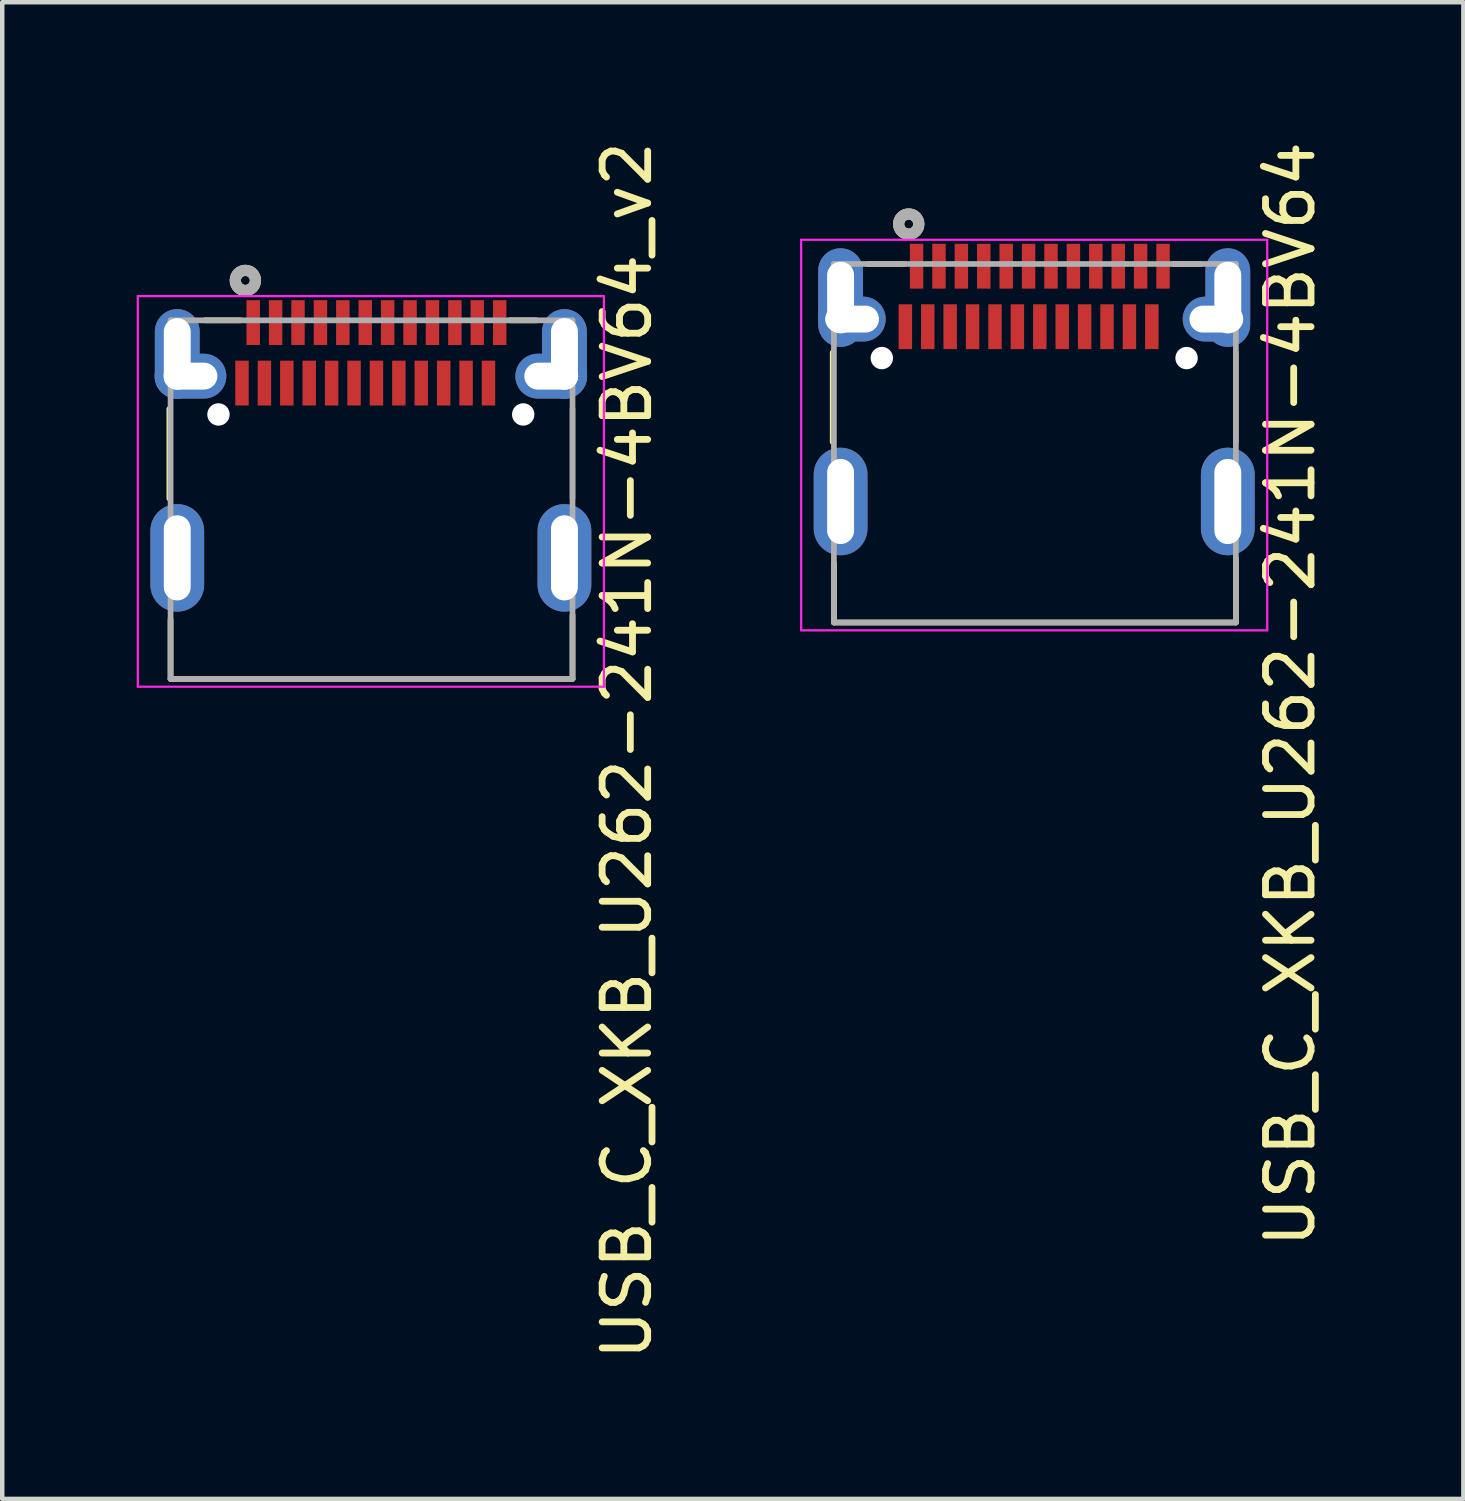
<source format=kicad_pcb>
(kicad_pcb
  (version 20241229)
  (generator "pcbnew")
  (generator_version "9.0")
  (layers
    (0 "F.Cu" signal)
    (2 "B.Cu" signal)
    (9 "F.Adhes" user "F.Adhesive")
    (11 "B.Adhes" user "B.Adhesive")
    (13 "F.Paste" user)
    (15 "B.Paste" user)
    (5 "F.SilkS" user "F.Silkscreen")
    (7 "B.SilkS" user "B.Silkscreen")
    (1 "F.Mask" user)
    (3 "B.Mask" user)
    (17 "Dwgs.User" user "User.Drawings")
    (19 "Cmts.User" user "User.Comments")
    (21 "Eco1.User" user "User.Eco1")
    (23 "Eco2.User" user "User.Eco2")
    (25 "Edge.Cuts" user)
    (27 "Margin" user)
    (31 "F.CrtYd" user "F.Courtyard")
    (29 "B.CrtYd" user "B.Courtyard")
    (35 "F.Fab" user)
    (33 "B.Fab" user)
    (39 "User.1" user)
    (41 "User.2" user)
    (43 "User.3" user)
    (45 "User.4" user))
  (footprint "USB_C_XKB_U262-241N-4BV64_v2"
    (layer "F.Cu")
    (at 5.225 6.773)
    (property "Reference" "USB_C_XKB_U262-241N-4BV64_v2" (at 5.715 6.925 270) (layer "F.SilkS") (effects (font (size 1.016 1.016) (thickness 0.152))))
    (attr through_hole)
    (fp_line (start -4.5 -0.7) (end -4.5 1.3) (stroke (width 0.12) (type solid)) (layer "F.SilkS"))
    (fp_line (start -4.469 4) (end -4.469 5.325) (stroke (width 0.127) (type solid)) (layer "F.SilkS"))
    (fp_line (start -2.9 -2.675) (end -3.7 -2.675) (stroke (width 0.127) (type solid)) (layer "F.SilkS"))
    (fp_line (start 3.7 -2.675) (end 3.1 -2.675) (stroke (width 0.127) (type solid)) (layer "F.SilkS"))
    (fp_line (start 4.5 -0.7) (end 4.5 1.3) (stroke (width 0.12) (type solid)) (layer "F.SilkS"))
    (fp_line (start 4.5 3.9) (end 4.5 5.325) (stroke (width 0.127) (type solid)) (layer "F.SilkS"))
    (fp_line (start 4.5 5.325) (end -4.469 5.325) (stroke (width 0.127) (type solid)) (layer "F.SilkS"))
    (fp_circle (center -2.8 -3.565) (end -2.7 -3.565) (stroke (width 0.25) (type solid)) (fill no) (layer "F.SilkS"))
    (fp_line (start -5.2 -3.215) (end -5.2 5.5) (stroke (width 0.05) (type solid)) (layer "F.CrtYd"))
    (fp_line (start -5.2 5.5) (end 5.2 5.5) (stroke (width 0.05) (type solid)) (layer "F.CrtYd"))
    (fp_line (start 5.2 -3.215) (end -5.2 -3.215) (stroke (width 0.05) (type solid)) (layer "F.CrtYd"))
    (fp_line (start 5.2 5.5) (end 5.2 -3.215) (stroke (width 0.05) (type solid)) (layer "F.CrtYd"))
    (fp_line (start -4.469 -2.675) (end 4.5 -2.675) (stroke (width 0.127) (type solid)) (layer "F.Fab"))
    (fp_line (start -4.469 5.325) (end -4.469 -2.675) (stroke (width 0.127) (type solid)) (layer "F.Fab"))
    (fp_line (start 4.5 -2.675) (end 4.5 5.325) (stroke (width 0.127) (type solid)) (layer "F.Fab"))
    (fp_line (start 4.5 5.325) (end -4.469 5.325) (stroke (width 0.127) (type solid)) (layer "F.Fab"))
    (fp_circle (center -2.8 -3.565) (end -2.7 -3.565) (stroke (width 0.25) (type solid)) (fill no) (layer "F.Fab"))
    (pad "" np_thru_hole circle (at -3.4 -0.575) (size 0.5 0.5) (drill 0.5) (layers "*.Cu" "*.Mask"))
    (pad "" np_thru_hole circle (at 3.4 -0.575) (size 0.5 0.5) (drill 0.5) (layers "*.Cu" "*.Mask"))
    (pad "A1" smd rect (at -2.625 -2.625) (size 0.3 1) (layers "F.Cu" "F.Mask" "F.Paste"))
    (pad "A2" smd rect (at -2.125 -2.625) (size 0.3 1) (layers "F.Cu" "F.Mask" "F.Paste"))
    (pad "A3" smd rect (at -1.625 -2.625) (size 0.3 1) (layers "F.Cu" "F.Mask" "F.Paste"))
    (pad "A4" smd rect (at -1.125 -2.625) (size 0.3 1) (layers "F.Cu" "F.Mask" "F.Paste"))
    (pad "A5" smd rect (at -0.625 -2.625) (size 0.3 1) (layers "F.Cu" "F.Mask" "F.Paste"))
    (pad "A6" smd rect (at -0.125 -2.625) (size 0.3 1) (layers "F.Cu" "F.Mask" "F.Paste"))
    (pad "A7" smd rect (at 0.375 -2.625) (size 0.3 1) (layers "F.Cu" "F.Mask" "F.Paste"))
    (pad "A8" smd rect (at 0.875 -2.625) (size 0.3 1) (layers "F.Cu" "F.Mask" "F.Paste"))
    (pad "A9" smd rect (at 1.375 -2.625) (size 0.3 1) (layers "F.Cu" "F.Mask" "F.Paste"))
    (pad "A10" smd rect (at 1.875 -2.625) (size 0.3 1) (layers "F.Cu" "F.Mask" "F.Paste"))
    (pad "A11" smd rect (at 2.375 -2.625) (size 0.3 1) (layers "F.Cu" "F.Mask" "F.Paste"))
    (pad "A12" smd rect (at 2.875 -2.625) (size 0.3 1) (layers "F.Cu" "F.Mask" "F.Paste"))
    (pad "B1" smd rect (at 2.625 -1.275) (size 0.3 1) (layers "F.Cu" "F.Mask" "F.Paste"))
    (pad "B2" smd rect (at 2.125 -1.275) (size 0.3 1) (layers "F.Cu" "F.Mask" "F.Paste"))
    (pad "B3" smd rect (at 1.625 -1.275) (size 0.3 1) (layers "F.Cu" "F.Mask" "F.Paste"))
    (pad "B4" smd rect (at 1.125 -1.275) (size 0.3 1) (layers "F.Cu" "F.Mask" "F.Paste"))
    (pad "B5" smd rect (at 0.625 -1.275) (size 0.3 1) (layers "F.Cu" "F.Mask" "F.Paste"))
    (pad "B6" smd rect (at 0.125 -1.275) (size 0.3 1) (layers "F.Cu" "F.Mask" "F.Paste"))
    (pad "B7" smd rect (at -0.375 -1.275) (size 0.3 1) (layers "F.Cu" "F.Mask" "F.Paste"))
    (pad "B8" smd rect (at -0.875 -1.275) (size 0.3 1) (layers "F.Cu" "F.Mask" "F.Paste"))
    (pad "B9" smd rect (at -1.375 -1.275) (size 0.3 1) (layers "F.Cu" "F.Mask" "F.Paste"))
    (pad "B10" smd rect (at -1.875 -1.275) (size 0.3 1) (layers "F.Cu" "F.Mask" "F.Paste"))
    (pad "B11" smd rect (at -2.375 -1.275) (size 0.3 1) (layers "F.Cu" "F.Mask" "F.Paste"))
    (pad "B12" smd rect (at -2.875 -1.275) (size 0.3 1) (layers "F.Cu" "F.Mask" "F.Paste"))
    (pad "S1" thru_hole oval (at -4.32 -1.925) (size 1 2) (drill oval 0.6 1.6) (layers "*.Cu" "*.Mask"))
    (pad "S1" thru_hole oval (at -4.32 2.625) (size 1.2 2.4) (drill oval 0.6 1.9) (layers "*.Cu" "*.Mask"))
    (pad "S1" thru_hole oval (at -4.025 -1.43) (size 1.6 1) (drill oval 1.2 0.6) (layers "*.Cu" "*.Mask"))
    (pad "S1" thru_hole oval (at 4.025 -1.43) (size 1.6 1) (drill oval 1.2 0.6) (layers "*.Cu" "*.Mask"))
    (pad "S1" thru_hole oval (at 4.32 -1.925) (size 1 2) (drill oval 0.6 1.6) (layers "*.Cu" "*.Mask"))
    (pad "S1" thru_hole oval (at 4.32 2.625) (size 1.2 2.4) (drill oval 0.6 1.9) (layers "*.Cu" "*.Mask")))
  (footprint "USB_C_XKB_U262-241N-4BV64"
    (layer "F.Cu")
    (at 20.027 5.515)
    (property "Reference" "USB_C_XKB_U262-241N-4BV64" (at 5.715 6.925 90) (layer "F.SilkS") (effects (font (size 1.016 1.016) (thickness 0.152))))
    (attr through_hole)
    (fp_line (start -4.5 -0.7) (end -4.5 1.3) (stroke (width 0.12) (type solid)) (layer "F.SilkS"))
    (fp_line (start -4.469 4) (end -4.469 5.325) (stroke (width 0.127) (type solid)) (layer "F.SilkS"))
    (fp_line (start -2.9 -2.675) (end -3.7 -2.675) (stroke (width 0.127) (type solid)) (layer "F.SilkS"))
    (fp_line (start 3.7 -2.675) (end 3.1 -2.675) (stroke (width 0.127) (type solid)) (layer "F.SilkS"))
    (fp_line (start 4.5 -0.7) (end 4.5 1.3) (stroke (width 0.12) (type solid)) (layer "F.SilkS"))
    (fp_line (start 4.5 3.9) (end 4.5 5.325) (stroke (width 0.127) (type solid)) (layer "F.SilkS"))
    (fp_line (start 4.5 5.325) (end -4.469 5.325) (stroke (width 0.127) (type solid)) (layer "F.SilkS"))
    (fp_circle (center -2.8 -3.565) (end -2.7 -3.565) (stroke (width 0.25) (type solid)) (fill no) (layer "F.SilkS"))
    (fp_line (start -5.2 -3.215) (end -5.2 5.5) (stroke (width 0.05) (type solid)) (layer "F.CrtYd"))
    (fp_line (start -5.2 5.5) (end 5.2 5.5) (stroke (width 0.05) (type solid)) (layer "F.CrtYd"))
    (fp_line (start 5.2 -3.215) (end -5.2 -3.215) (stroke (width 0.05) (type solid)) (layer "F.CrtYd"))
    (fp_line (start 5.2 5.5) (end 5.2 -3.215) (stroke (width 0.05) (type solid)) (layer "F.CrtYd"))
    (fp_line (start -4.469 -2.675) (end 4.5 -2.675) (stroke (width 0.127) (type solid)) (layer "F.Fab"))
    (fp_line (start -4.469 5.325) (end -4.469 -2.675) (stroke (width 0.127) (type solid)) (layer "F.Fab"))
    (fp_line (start 4.5 -2.675) (end 4.5 5.325) (stroke (width 0.127) (type solid)) (layer "F.Fab"))
    (fp_line (start 4.5 5.325) (end -4.469 5.325) (stroke (width 0.127) (type solid)) (layer "F.Fab"))
    (fp_circle (center -2.8 -3.565) (end -2.7 -3.565) (stroke (width 0.25) (type solid)) (fill no) (layer "F.Fab"))
    (pad "" np_thru_hole circle (at -3.4 -0.575) (size 0.5 0.5) (drill 0.5) (layers "*.Cu" "*.Mask"))
    (pad "" np_thru_hole circle (at 3.4 -0.575) (size 0.5 0.5) (drill 0.5) (layers "*.Cu" "*.Mask"))
    (pad "A1" smd rect (at -2.625 -2.625) (size 0.3 1) (layers "F.Cu" "F.Mask" "F.Paste"))
    (pad "A2" smd rect (at -2.125 -2.625) (size 0.3 1) (layers "F.Cu" "F.Mask" "F.Paste"))
    (pad "A3" smd rect (at -1.625 -2.625) (size 0.3 1) (layers "F.Cu" "F.Mask" "F.Paste"))
    (pad "A4" smd rect (at -1.125 -2.625) (size 0.3 1) (layers "F.Cu" "F.Mask" "F.Paste"))
    (pad "A5" smd rect (at -0.625 -2.625) (size 0.3 1) (layers "F.Cu" "F.Mask" "F.Paste"))
    (pad "A6" smd rect (at -0.125 -2.625) (size 0.3 1) (layers "F.Cu" "F.Mask" "F.Paste"))
    (pad "A7" smd rect (at 0.375 -2.625) (size 0.3 1) (layers "F.Cu" "F.Mask" "F.Paste"))
    (pad "A8" smd rect (at 0.875 -2.625) (size 0.3 1) (layers "F.Cu" "F.Mask" "F.Paste"))
    (pad "A9" smd rect (at 1.375 -2.625) (size 0.3 1) (layers "F.Cu" "F.Mask" "F.Paste"))
    (pad "A10" smd rect (at 1.875 -2.625) (size 0.3 1) (layers "F.Cu" "F.Mask" "F.Paste"))
    (pad "A11" smd rect (at 2.375 -2.625) (size 0.3 1) (layers "F.Cu" "F.Mask" "F.Paste"))
    (pad "A12" smd rect (at 2.875 -2.625) (size 0.3 1) (layers "F.Cu" "F.Mask" "F.Paste"))
    (pad "B1" smd rect (at 2.625 -1.275) (size 0.3 1) (layers "F.Cu" "F.Mask" "F.Paste"))
    (pad "B2" smd rect (at 2.125 -1.275) (size 0.3 1) (layers "F.Cu" "F.Mask" "F.Paste"))
    (pad "B3" smd rect (at 1.625 -1.275) (size 0.3 1) (layers "F.Cu" "F.Mask" "F.Paste"))
    (pad "B4" smd rect (at 1.125 -1.275) (size 0.3 1) (layers "F.Cu" "F.Mask" "F.Paste"))
    (pad "B5" smd rect (at 0.625 -1.275) (size 0.3 1) (layers "F.Cu" "F.Mask" "F.Paste"))
    (pad "B6" smd rect (at 0.125 -1.275) (size 0.3 1) (layers "F.Cu" "F.Mask" "F.Paste"))
    (pad "B7" smd rect (at -0.375 -1.275) (size 0.3 1) (layers "F.Cu" "F.Mask" "F.Paste"))
    (pad "B8" smd rect (at -0.875 -1.275) (size 0.3 1) (layers "F.Cu" "F.Mask" "F.Paste"))
    (pad "B9" smd rect (at -1.375 -1.275) (size 0.3 1) (layers "F.Cu" "F.Mask" "F.Paste"))
    (pad "B10" smd rect (at -1.875 -1.275) (size 0.3 1) (layers "F.Cu" "F.Mask" "F.Paste"))
    (pad "B11" smd rect (at -2.375 -1.275) (size 0.3 1) (layers "F.Cu" "F.Mask" "F.Paste"))
    (pad "B12" smd rect (at -2.875 -1.275) (size 0.3 1) (layers "F.Cu" "F.Mask" "F.Paste"))
    (pad "S1" thru_hole oval (at -4.32 -1.925) (size 1 2.2) (drill oval 0.6 1.6) (layers "*.Cu" "*.Mask"))
    (pad "S1" thru_hole oval (at -4.32 2.625) (size 1.2 2.4) (drill oval 0.6 1.9) (layers "*.Cu" "*.Mask"))
    (pad "S1" thru_hole oval (at -4.064 -1.445) (size 1.5 1) (drill oval 1.2 0.6) (layers "*.Cu" "*.Mask"))
    (pad "S1" thru_hole oval (at 4.064 -1.445) (size 1.5 1) (drill oval 1.2 0.6) (layers "*.Cu" "*.Mask"))
    (pad "S1" thru_hole oval (at 4.32 -1.925) (size 1 2.2) (drill oval 0.6 1.6) (layers "*.Cu" "*.Mask"))
    (pad "S1" thru_hole oval (at 4.32 2.625) (size 1.2 2.4) (drill oval 0.6 1.9) (layers "*.Cu" "*.Mask")))
  (gr_rect
    (start -3 -3)
    (end 29.604 30.396)
    (stroke (width 0.1) (type default))
    (fill no)
    (layer "Edge.Cuts")))
</source>
